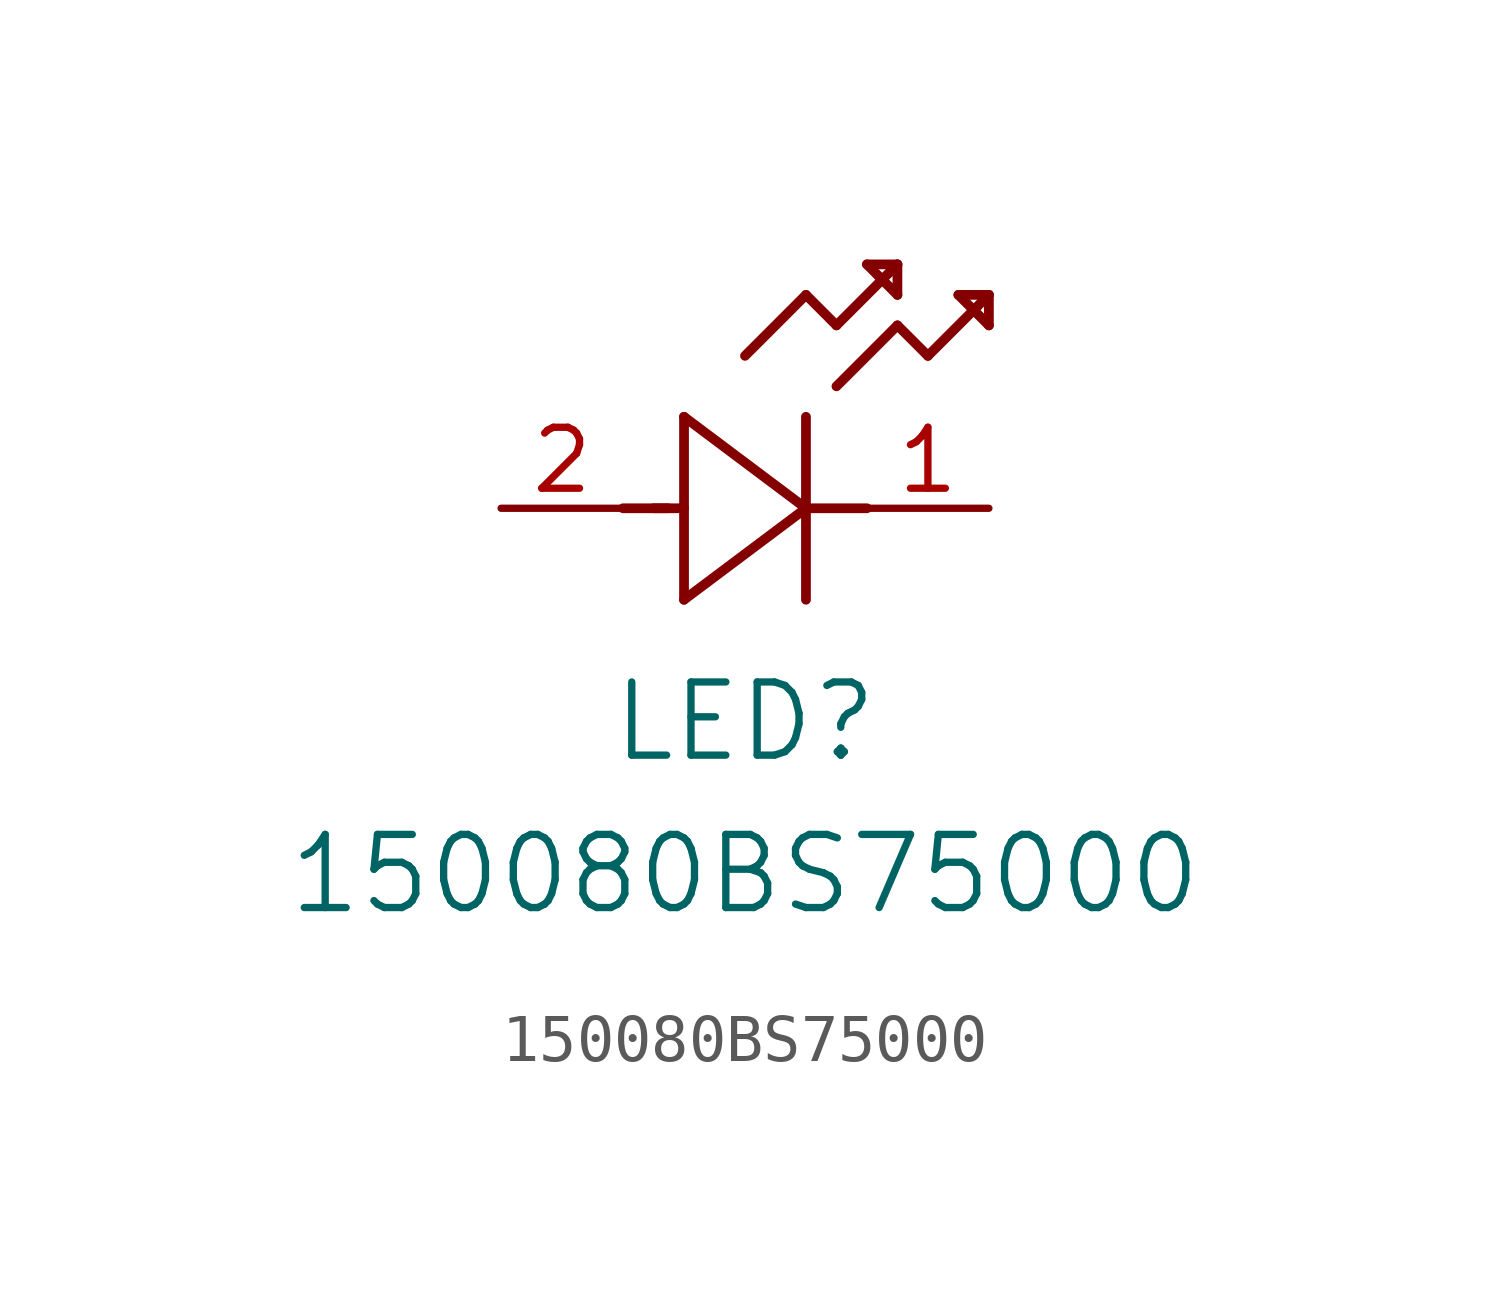
<source format=kicad_sym>
(kicad_symbol_lib
  (version 20231120)
  (generator "kicad_symbol_editor")
  (generator_version "8.0")
  (symbol "150080BS75000"
    (pin_names
      (offset 0.254))
    (property "Reference" "LED"
      (at 5.08 -4.445 0)
      (effects (font (size 1.524 1.524))))
    (property "Value" "150080BS75000"
      (at 5.08 -7.62 0)
      (effects (font (size 1.524 1.524))))
    (property "ki_locked" ""
      (at 0 0 0)
      (effects (font (size 1.27 1.27))))
    (symbol "150080BS75000_0_1"
      (polyline (pts (xy 2.54 0) (xy 3.48 0)) (stroke (width 0.203) (type default)) (fill (type none)))
      (polyline (pts (xy 3.175 0) (xy 3.81 0)) (stroke (width 0.203) (type default)) (fill (type none)))
      (polyline (pts (xy 3.81 -1.905) (xy 6.35 0)) (stroke (width 0.203) (type default)) (fill (type none)))
      (polyline (pts (xy 3.81 1.905) (xy 3.81 -1.905)) (stroke (width 0.203) (type default)) (fill (type none)))
      (polyline (pts (xy 5.08 3.175) (xy 6.35 4.445)) (stroke (width 0.203) (type default)) (fill (type none)))
      (polyline (pts (xy 6.35 -1.905) (xy 6.35 1.905)) (stroke (width 0.203) (type default)) (fill (type none)))
      (polyline (pts (xy 6.35 0) (xy 3.81 1.905)) (stroke (width 0.203) (type default)) (fill (type none)))
      (polyline (pts (xy 6.35 0) (xy 7.62 0)) (stroke (width 0.203) (type default)) (fill (type none)))
      (polyline (pts (xy 6.35 4.445) (xy 6.985 3.81)) (stroke (width 0.203) (type default)) (fill (type none)))
      (polyline (pts (xy 6.985 2.54) (xy 8.255 3.81)) (stroke (width 0.203) (type default)) (fill (type none)))
      (polyline (pts (xy 6.985 3.81) (xy 8.255 5.08)) (stroke (width 0.203) (type default)) (fill (type none)))
      (polyline (pts (xy 7.62 5.08) (xy 8.255 4.445)) (stroke (width 0.203) (type default)) (fill (type none)))
      (polyline (pts (xy 8.255 3.81) (xy 8.89 3.175)) (stroke (width 0.203) (type default)) (fill (type none)))
      (polyline (pts (xy 8.255 4.445) (xy 8.255 5.08)) (stroke (width 0.203) (type default)) (fill (type none)))
      (polyline (pts (xy 8.255 5.08) (xy 7.62 5.08)) (stroke (width 0.203) (type default)) (fill (type none)))
      (polyline (pts (xy 8.89 3.175) (xy 10.16 4.445)) (stroke (width 0.203) (type default)) (fill (type none)))
      (polyline (pts (xy 9.525 4.445) (xy 10.16 3.81)) (stroke (width 0.203) (type default)) (fill (type none)))
      (polyline (pts (xy 10.16 3.81) (xy 10.16 4.445)) (stroke (width 0.203) (type default)) (fill (type none)))
      (polyline (pts (xy 10.16 4.445) (xy 9.525 4.445)) (stroke (width 0.203) (type default)) (fill (type none)))
      (pin passive line (at 10.16 0 180) (length 2.54) (name "" (effects (font (size 1.27 1.27)))) (number "1" (effects (font (size 1.27 1.27)))))
      (pin passive line (at 0 0 0) (length 2.54) (name "" (effects (font (size 1.27 1.27)))) (number "2" (effects (font (size 1.27 1.27))))))))
</source>
